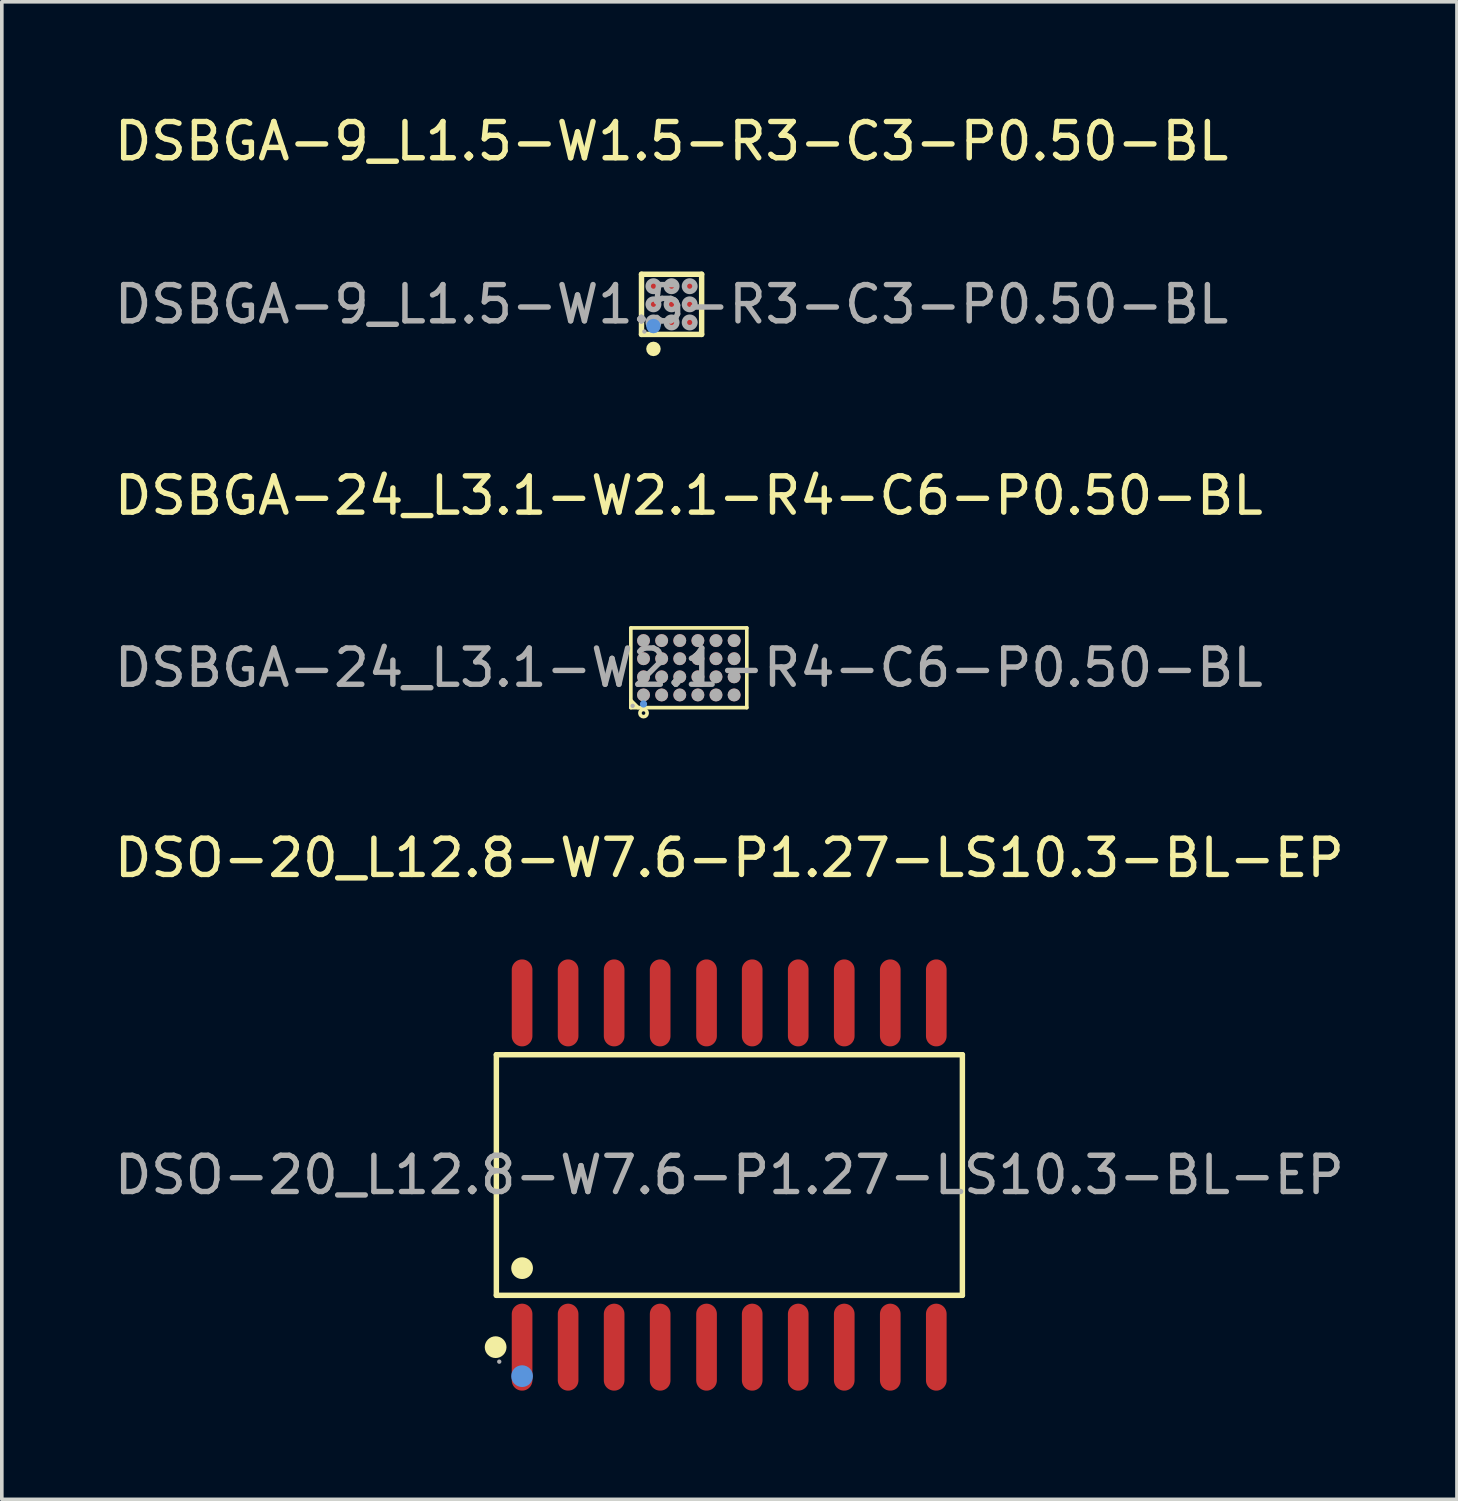
<source format=kicad_pcb>
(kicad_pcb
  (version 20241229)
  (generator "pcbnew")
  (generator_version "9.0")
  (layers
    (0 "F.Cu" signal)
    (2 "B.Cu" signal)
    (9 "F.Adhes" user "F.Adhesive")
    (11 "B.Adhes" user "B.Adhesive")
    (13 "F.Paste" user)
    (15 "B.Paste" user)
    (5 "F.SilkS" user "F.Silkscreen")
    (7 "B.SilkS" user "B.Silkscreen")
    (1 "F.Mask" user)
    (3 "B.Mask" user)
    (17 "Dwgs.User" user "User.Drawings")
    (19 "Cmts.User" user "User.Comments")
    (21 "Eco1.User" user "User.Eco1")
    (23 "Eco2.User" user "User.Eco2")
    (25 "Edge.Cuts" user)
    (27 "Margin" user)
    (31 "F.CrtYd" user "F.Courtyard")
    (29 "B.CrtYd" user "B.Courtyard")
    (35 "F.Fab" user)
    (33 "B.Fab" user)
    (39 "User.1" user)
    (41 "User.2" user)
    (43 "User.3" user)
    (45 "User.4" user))
  (footprint "DSO-20_L12.8-W7.6-P1.27-LS10.3-BL-EP"
    (layer "F.Cu")
    (at 17.077 29.375)
    (property "Reference" "DSO-20_L12.8-W7.6-P1.27-LS10.3-BL-EP" (at 0 -8.75 0) (layer "F.SilkS") (effects (font (size 1 1) (thickness 0.15))))
    (attr through_hole)
    (fp_line (start -6.43 -3.32) (end 6.43 -3.32) (stroke (width 0.15) (type solid)) (layer "F.SilkS"))
    (fp_line (start -6.43 3.32) (end -6.43 -3.32) (stroke (width 0.15) (type solid)) (layer "F.SilkS"))
    (fp_line (start 6.43 -3.32) (end 6.43 3.32) (stroke (width 0.15) (type solid)) (layer "F.SilkS"))
    (fp_line (start 6.43 3.32) (end -6.43 3.32) (stroke (width 0.15) (type solid)) (layer "F.SilkS"))
    (fp_circle (center -6.45 4.75) (end -6.3 4.75) (stroke (width 0.3) (type solid)) (fill no) (layer "F.SilkS"))
    (fp_circle (center -5.72 2.57) (end -5.57 2.57) (stroke (width 0.3) (type solid)) (fill no) (layer "F.SilkS"))
    (fp_circle (center -5.72 5.55) (end -5.57 5.55) (stroke (width 0.3) (type solid)) (fill no) (layer "Cmts.User"))
    (fp_circle (center -6.35 5.15) (end -6.32 5.15) (stroke (width 0.06) (type solid)) (fill no) (layer "F.Fab"))
    (fp_text user "${REFERENCE}" (at 0 0 0) (layer "F.Fab") (effects (font (size 1 1) (thickness 0.15))))
    (pad "1" smd oval (at -5.72 4.75) (size 0.57 2.4) (layers "F.Cu" "F.Mask" "F.Paste"))
    (pad "2" smd oval (at -4.45 4.75) (size 0.57 2.4) (layers "F.Cu" "F.Mask" "F.Paste"))
    (pad "3" smd oval (at -3.18 4.75) (size 0.57 2.4) (layers "F.Cu" "F.Mask" "F.Paste"))
    (pad "4" smd oval (at -1.91 4.75) (size 0.57 2.4) (layers "F.Cu" "F.Mask" "F.Paste"))
    (pad "5" smd oval (at -0.63 4.75) (size 0.57 2.4) (layers "F.Cu" "F.Mask" "F.Paste"))
    (pad "6" smd oval (at 0.63 4.75) (size 0.57 2.4) (layers "F.Cu" "F.Mask" "F.Paste"))
    (pad "7" smd oval (at 1.9 4.75) (size 0.57 2.4) (layers "F.Cu" "F.Mask" "F.Paste"))
    (pad "8" smd oval (at 3.17 4.75) (size 0.57 2.4) (layers "F.Cu" "F.Mask" "F.Paste"))
    (pad "9" smd oval (at 4.44 4.75) (size 0.57 2.4) (layers "F.Cu" "F.Mask" "F.Paste"))
    (pad "10" smd oval (at 5.71 4.75) (size 0.57 2.4) (layers "F.Cu" "F.Mask" "F.Paste"))
    (pad "11" smd oval (at 5.71 -4.75) (size 0.57 2.4) (layers "F.Cu" "F.Mask" "F.Paste"))
    (pad "12" smd oval (at 4.44 -4.75) (size 0.57 2.4) (layers "F.Cu" "F.Mask" "F.Paste"))
    (pad "13" smd oval (at 3.17 -4.75) (size 0.57 2.4) (layers "F.Cu" "F.Mask" "F.Paste"))
    (pad "14" smd oval (at 1.9 -4.75) (size 0.57 2.4) (layers "F.Cu" "F.Mask" "F.Paste"))
    (pad "15" smd oval (at 0.63 -4.75) (size 0.57 2.4) (layers "F.Cu" "F.Mask" "F.Paste"))
    (pad "16" smd oval (at -0.63 -4.75) (size 0.57 2.4) (layers "F.Cu" "F.Mask" "F.Paste"))
    (pad "17" smd oval (at -1.91 -4.75) (size 0.57 2.4) (layers "F.Cu" "F.Mask" "F.Paste"))
    (pad "18" smd oval (at -3.18 -4.75) (size 0.57 2.4) (layers "F.Cu" "F.Mask" "F.Paste"))
    (pad "19" smd oval (at -4.45 -4.75) (size 0.57 2.4) (layers "F.Cu" "F.Mask" "F.Paste"))
    (pad "20" smd oval (at -5.72 -4.75) (size 0.57 2.4) (layers "F.Cu" "F.Mask" "F.Paste")))
  (footprint "DSBGA-24_L3.1-W2.1-R4-C6-P0.50-BL"
    (layer "F.Cu")
    (at 15.958 15.377)
    (property "Reference" "DSBGA-24_L3.1-W2.1-R4-C6-P0.50-BL" (at 0 -4.75 0) (layer "F.SilkS") (effects (font (size 1 1) (thickness 0.15))))
    (attr through_hole)
    (fp_line (start -1.6 -1.1) (end 1.6 -1.1) (stroke (width 0.1) (type solid)) (layer "F.SilkS"))
    (fp_line (start -1.6 0.9) (end -1.4 1.1) (stroke (width 0.1) (type solid)) (layer "F.SilkS"))
    (fp_line (start -1.6 1.1) (end -1.6 -1.1) (stroke (width 0.1) (type solid)) (layer "F.SilkS"))
    (fp_line (start 1.6 -1.1) (end 1.6 1.1) (stroke (width 0.1) (type solid)) (layer "F.SilkS"))
    (fp_line (start 1.6 1.1) (end -1.6 1.1) (stroke (width 0.1) (type solid)) (layer "F.SilkS"))
    (fp_circle (center -1.25 1.25) (end -1.15 1.25) (stroke (width 0.1) (type solid)) (fill no) (layer "F.SilkS"))
    (fp_circle (center -1.25 1) (end -1.2 1) (stroke (width 0.1) (type solid)) (fill no) (layer "Cmts.User"))
    (fp_circle (center -1.55 1.05) (end -1.52 1.05) (stroke (width 0.06) (type solid)) (fill no) (layer "F.Fab"))
    (fp_circle (center -1.25 -0.75) (end -1.16 -0.75) (stroke (width 0.18) (type solid)) (fill no) (layer "F.Fab"))
    (fp_circle (center -1.25 -0.25) (end -1.16 -0.25) (stroke (width 0.18) (type solid)) (fill no) (layer "F.Fab"))
    (fp_circle (center -1.25 0.25) (end -1.16 0.25) (stroke (width 0.18) (type solid)) (fill no) (layer "F.Fab"))
    (fp_circle (center -1.25 0.75) (end -1.16 0.75) (stroke (width 0.18) (type solid)) (fill no) (layer "F.Fab"))
    (fp_circle (center -0.75 -0.75) (end -0.66 -0.75) (stroke (width 0.18) (type solid)) (fill no) (layer "F.Fab"))
    (fp_circle (center -0.75 -0.25) (end -0.66 -0.25) (stroke (width 0.18) (type solid)) (fill no) (layer "F.Fab"))
    (fp_circle (center -0.75 0.25) (end -0.66 0.25) (stroke (width 0.18) (type solid)) (fill no) (layer "F.Fab"))
    (fp_circle (center -0.75 0.75) (end -0.66 0.75) (stroke (width 0.18) (type solid)) (fill no) (layer "F.Fab"))
    (fp_circle (center -0.25 -0.75) (end -0.16 -0.75) (stroke (width 0.18) (type solid)) (fill no) (layer "F.Fab"))
    (fp_circle (center -0.25 -0.25) (end -0.16 -0.25) (stroke (width 0.18) (type solid)) (fill no) (layer "F.Fab"))
    (fp_circle (center -0.25 0.25) (end -0.16 0.25) (stroke (width 0.18) (type solid)) (fill no) (layer "F.Fab"))
    (fp_circle (center -0.25 0.75) (end -0.16 0.75) (stroke (width 0.18) (type solid)) (fill no) (layer "F.Fab"))
    (fp_circle (center 0.25 -0.75) (end 0.34 -0.75) (stroke (width 0.18) (type solid)) (fill no) (layer "F.Fab"))
    (fp_circle (center 0.25 -0.25) (end 0.34 -0.25) (stroke (width 0.18) (type solid)) (fill no) (layer "F.Fab"))
    (fp_circle (center 0.25 0.25) (end 0.34 0.25) (stroke (width 0.18) (type solid)) (fill no) (layer "F.Fab"))
    (fp_circle (center 0.25 0.75) (end 0.34 0.75) (stroke (width 0.18) (type solid)) (fill no) (layer "F.Fab"))
    (fp_circle (center 0.75 -0.75) (end 0.84 -0.75) (stroke (width 0.18) (type solid)) (fill no) (layer "F.Fab"))
    (fp_circle (center 0.75 -0.25) (end 0.84 -0.25) (stroke (width 0.18) (type solid)) (fill no) (layer "F.Fab"))
    (fp_circle (center 0.75 0.25) (end 0.84 0.25) (stroke (width 0.18) (type solid)) (fill no) (layer "F.Fab"))
    (fp_circle (center 0.75 0.75) (end 0.84 0.75) (stroke (width 0.18) (type solid)) (fill no) (layer "F.Fab"))
    (fp_circle (center 1.25 -0.75) (end 1.34 -0.75) (stroke (width 0.18) (type solid)) (fill no) (layer "F.Fab"))
    (fp_circle (center 1.25 -0.25) (end 1.34 -0.25) (stroke (width 0.18) (type solid)) (fill no) (layer "F.Fab"))
    (fp_circle (center 1.25 0.25) (end 1.34 0.25) (stroke (width 0.18) (type solid)) (fill no) (layer "F.Fab"))
    (fp_circle (center 1.25 0.75) (end 1.34 0.75) (stroke (width 0.18) (type solid)) (fill no) (layer "F.Fab"))
    (fp_text user "${REFERENCE}" (at 0 0 0) (layer "F.Fab") (effects (font (size 1 1) (thickness 0.15))))
    (pad "A1" smd circle (at -1.25 0.75 90) (size 0.35 0.35) (layers "F.Cu" "F.Mask" "F.Paste"))
    (pad "A2" smd circle (at -1.25 0.25 90) (size 0.35 0.35) (layers "F.Cu" "F.Mask" "F.Paste"))
    (pad "A3" smd circle (at -1.25 -0.25 90) (size 0.35 0.35) (layers "F.Cu" "F.Mask" "F.Paste"))
    (pad "A4" smd circle (at -1.25 -0.75 90) (size 0.35 0.35) (layers "F.Cu" "F.Mask" "F.Paste"))
    (pad "B1" smd circle (at -0.75 0.75 90) (size 0.35 0.35) (layers "F.Cu" "F.Mask" "F.Paste"))
    (pad "B2" smd circle (at -0.75 0.25 90) (size 0.35 0.35) (layers "F.Cu" "F.Mask" "F.Paste"))
    (pad "B3" smd circle (at -0.75 -0.25 90) (size 0.35 0.35) (layers "F.Cu" "F.Mask" "F.Paste"))
    (pad "B4" smd circle (at -0.75 -0.75 90) (size 0.35 0.35) (layers "F.Cu" "F.Mask" "F.Paste"))
    (pad "C1" smd circle (at -0.25 0.75 90) (size 0.35 0.35) (layers "F.Cu" "F.Mask" "F.Paste"))
    (pad "C2" smd circle (at -0.25 0.25 90) (size 0.35 0.35) (layers "F.Cu" "F.Mask" "F.Paste"))
    (pad "C3" smd circle (at -0.25 -0.25 90) (size 0.35 0.35) (layers "F.Cu" "F.Mask" "F.Paste"))
    (pad "C4" smd circle (at -0.25 -0.75 90) (size 0.35 0.35) (layers "F.Cu" "F.Mask" "F.Paste"))
    (pad "D1" smd circle (at 0.25 0.75 90) (size 0.35 0.35) (layers "F.Cu" "F.Mask" "F.Paste"))
    (pad "D2" smd circle (at 0.25 0.25 90) (size 0.35 0.35) (layers "F.Cu" "F.Mask" "F.Paste"))
    (pad "D3" smd circle (at 0.25 -0.25 90) (size 0.35 0.35) (layers "F.Cu" "F.Mask" "F.Paste"))
    (pad "D4" smd circle (at 0.25 -0.75 90) (size 0.35 0.35) (layers "F.Cu" "F.Mask" "F.Paste"))
    (pad "E1" smd circle (at 0.75 0.75 90) (size 0.35 0.35) (layers "F.Cu" "F.Mask" "F.Paste"))
    (pad "E2" smd circle (at 0.75 0.25 90) (size 0.35 0.35) (layers "F.Cu" "F.Mask" "F.Paste"))
    (pad "E3" smd circle (at 0.75 -0.25 90) (size 0.35 0.35) (layers "F.Cu" "F.Mask" "F.Paste"))
    (pad "E4" smd circle (at 0.75 -0.75 90) (size 0.35 0.35) (layers "F.Cu" "F.Mask" "F.Paste"))
    (pad "F1" smd circle (at 1.25 0.75 90) (size 0.35 0.35) (layers "F.Cu" "F.Mask" "F.Paste"))
    (pad "F2" smd circle (at 1.25 0.25 90) (size 0.35 0.35) (layers "F.Cu" "F.Mask" "F.Paste"))
    (pad "F3" smd circle (at 1.25 -0.25 90) (size 0.35 0.35) (layers "F.Cu" "F.Mask" "F.Paste"))
    (pad "F4" smd circle (at 1.25 -0.75 90) (size 0.35 0.35) (layers "F.Cu" "F.Mask" "F.Paste")))
  (footprint "DSBGA-9_L1.5-W1.5-R3-C3-P0.50-BL"
    (layer "F.Cu")
    (at 15.482 5.348)
    (property "Reference" "DSBGA-9_L1.5-W1.5-R3-C3-P0.50-BL" (at 0 -4.5 0) (layer "F.SilkS") (effects (font (size 1 1) (thickness 0.15))))
    (attr through_hole)
    (fp_line (start -0.83 -0.83) (end 0.83 -0.83) (stroke (width 0.15) (type solid)) (layer "F.SilkS"))
    (fp_line (start -0.83 0.83) (end -0.83 -0.83) (stroke (width 0.15) (type solid)) (layer "F.SilkS"))
    (fp_line (start 0.83 -0.83) (end 0.83 0.83) (stroke (width 0.15) (type solid)) (layer "F.SilkS"))
    (fp_line (start 0.83 0.83) (end -0.83 0.83) (stroke (width 0.15) (type solid)) (layer "F.SilkS"))
    (fp_circle (center -0.5 1.23) (end -0.4 1.23) (stroke (width 0.2) (type solid)) (fill no) (layer "F.SilkS"))
    (fp_circle (center -0.5 0.6) (end -0.4 0.6) (stroke (width 0.2) (type solid)) (fill no) (layer "Cmts.User"))
    (fp_circle (center -0.75 0.75) (end -0.72 0.75) (stroke (width 0.06) (type solid)) (fill no) (layer "F.Fab"))
    (fp_circle (center -0.5 -0.5) (end -0.43 -0.5) (stroke (width 0.15) (type solid)) (fill no) (layer "F.Fab"))
    (fp_circle (center -0.5 0) (end -0.43 0) (stroke (width 0.15) (type solid)) (fill no) (layer "F.Fab"))
    (fp_circle (center -0.5 0.5) (end -0.43 0.5) (stroke (width 0.15) (type solid)) (fill no) (layer "F.Fab"))
    (fp_circle (center 0 -0.5) (end 0.07 -0.5) (stroke (width 0.15) (type solid)) (fill no) (layer "F.Fab"))
    (fp_circle (center 0 0) (end 0.07 0) (stroke (width 0.15) (type solid)) (fill no) (layer "F.Fab"))
    (fp_circle (center 0 0.5) (end 0.07 0.5) (stroke (width 0.15) (type solid)) (fill no) (layer "F.Fab"))
    (fp_circle (center 0.5 -0.5) (end 0.57 -0.5) (stroke (width 0.15) (type solid)) (fill no) (layer "F.Fab"))
    (fp_circle (center 0.5 0) (end 0.57 0) (stroke (width 0.15) (type solid)) (fill no) (layer "F.Fab"))
    (fp_circle (center 0.5 0.5) (end 0.57 0.5) (stroke (width 0.15) (type solid)) (fill no) (layer "F.Fab"))
    (fp_text user "${REFERENCE}" (at 0 0 0) (layer "F.Fab") (effects (font (size 1 1) (thickness 0.15))))
    (pad "A1" smd circle (at -0.5 0.5) (size 0.24 0.24) (layers "F.Cu" "F.Mask" "F.Paste"))
    (pad "A2" smd circle (at -0.5 0) (size 0.24 0.24) (layers "F.Cu" "F.Mask" "F.Paste"))
    (pad "A3" smd circle (at -0.5 -0.5) (size 0.24 0.24) (layers "F.Cu" "F.Mask" "F.Paste"))
    (pad "B1" smd circle (at 0 0.5) (size 0.24 0.24) (layers "F.Cu" "F.Mask" "F.Paste"))
    (pad "B2" smd circle (at 0 0) (size 0.24 0.24) (layers "F.Cu" "F.Mask" "F.Paste"))
    (pad "B3" smd circle (at 0 -0.5) (size 0.24 0.24) (layers "F.Cu" "F.Mask" "F.Paste"))
    (pad "C1" smd circle (at 0.5 0.5) (size 0.24 0.24) (layers "F.Cu" "F.Mask" "F.Paste"))
    (pad "C2" smd circle (at 0.5 0) (size 0.24 0.24) (layers "F.Cu" "F.Mask" "F.Paste"))
    (pad "C3" smd circle (at 0.5 -0.5) (size 0.24 0.24) (layers "F.Cu" "F.Mask" "F.Paste")))
  (gr_rect
    (start -3 -3)
    (end 37.155 38.325)
    (stroke (width 0.1) (type default))
    (fill no)
    (layer "Edge.Cuts")))
</source>
